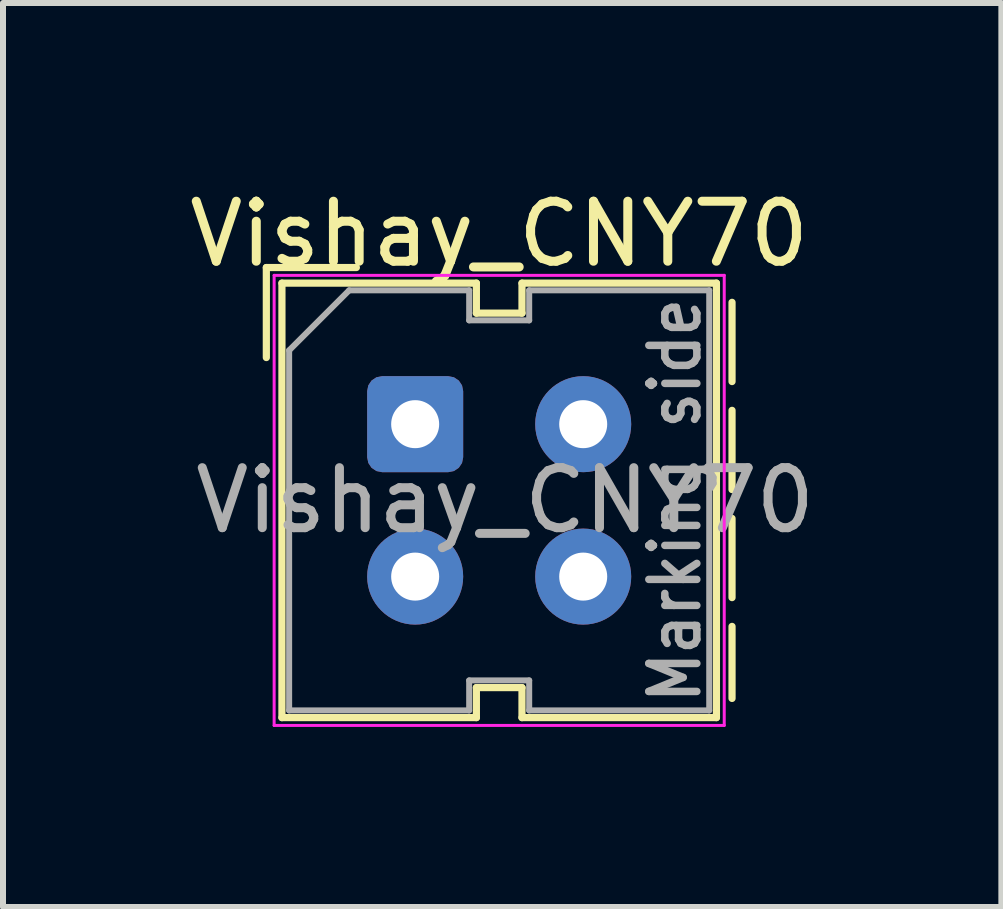
<source format=kicad_pcb>
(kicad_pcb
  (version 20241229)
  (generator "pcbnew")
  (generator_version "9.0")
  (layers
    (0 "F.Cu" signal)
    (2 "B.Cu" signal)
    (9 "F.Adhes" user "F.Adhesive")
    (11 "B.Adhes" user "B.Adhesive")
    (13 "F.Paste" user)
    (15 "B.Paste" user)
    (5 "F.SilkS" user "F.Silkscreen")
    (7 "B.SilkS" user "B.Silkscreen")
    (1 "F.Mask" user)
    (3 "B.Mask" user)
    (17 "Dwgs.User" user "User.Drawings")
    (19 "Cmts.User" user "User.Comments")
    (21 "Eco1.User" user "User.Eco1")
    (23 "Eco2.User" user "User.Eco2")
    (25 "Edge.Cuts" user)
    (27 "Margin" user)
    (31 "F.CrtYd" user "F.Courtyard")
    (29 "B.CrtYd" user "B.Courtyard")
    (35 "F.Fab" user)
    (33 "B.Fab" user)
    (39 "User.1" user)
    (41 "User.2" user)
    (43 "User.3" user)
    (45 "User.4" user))
  (footprint "Vishay_CNY70"
    (layer "F.Cu")
    (at 3.868 4.018)
    (property "Reference" "Vishay_CNY70" (at 1.4 -3.17 0) (layer "F.SilkS") (effects (font (size 1 1) (thickness 0.15))))
    (attr through_hole)
    (fp_line (start -2.48 -2.61) (end -2.48 -1.11) (stroke (width 0.12) (type default)) (layer "F.SilkS"))
    (fp_line (start -2.48 -2.61) (end -0.98 -2.61) (stroke (width 0.12) (type default)) (layer "F.SilkS"))
    (fp_line (start -2.22 -2.35) (end -2.22 4.89) (stroke (width 0.12) (type solid)) (layer "F.SilkS"))
    (fp_line (start 1.02 -2.35) (end -2.22 -2.35) (stroke (width 0.12) (type solid)) (layer "F.SilkS"))
    (fp_line (start 1.02 -2.35) (end 1.02 -1.85) (stroke (width 0.12) (type default)) (layer "F.SilkS"))
    (fp_line (start 1.02 -1.85) (end 1.78 -1.85) (stroke (width 0.12) (type default)) (layer "F.SilkS"))
    (fp_line (start 1.02 4.39) (end 1.02 4.89) (stroke (width 0.12) (type default)) (layer "F.SilkS"))
    (fp_line (start 1.02 4.89) (end -2.22 4.89) (stroke (width 0.12) (type default)) (layer "F.SilkS"))
    (fp_line (start 1.78 -2.35) (end 5.02 -2.35) (stroke (width 0.12) (type default)) (layer "F.SilkS"))
    (fp_line (start 1.78 -1.85) (end 1.78 -2.35) (stroke (width 0.12) (type default)) (layer "F.SilkS"))
    (fp_line (start 1.78 4.39) (end 1.02 4.39) (stroke (width 0.12) (type default)) (layer "F.SilkS"))
    (fp_line (start 1.78 4.89) (end 1.78 4.39) (stroke (width 0.12) (type default)) (layer "F.SilkS"))
    (fp_line (start 1.78 4.89) (end 5.02 4.89) (stroke (width 0.12) (type solid)) (layer "F.SilkS"))
    (fp_line (start 5.02 4.89) (end 5.02 -2.35) (stroke (width 0.12) (type solid)) (layer "F.SilkS"))
    (fp_line (start 5.28 -2.03) (end 5.28 4.57) (stroke (width 0.12) (type dash)) (layer "F.SilkS"))
    (fp_line (start -2.35 -2.48) (end -2.35 5.02) (stroke (width 0.05) (type solid)) (layer "F.CrtYd"))
    (fp_line (start -2.35 -2.48) (end 5.15 -2.48) (stroke (width 0.05) (type solid)) (layer "F.CrtYd"))
    (fp_line (start 5.15 5.02) (end -2.35 5.02) (stroke (width 0.05) (type solid)) (layer "F.CrtYd"))
    (fp_line (start 5.15 5.02) (end 5.15 -2.48) (stroke (width 0.05) (type solid)) (layer "F.CrtYd"))
    (fp_line (start -2.1 -1.23) (end -1.1 -2.23) (stroke (width 0.1) (type solid)) (layer "F.Fab"))
    (fp_line (start -2.1 4.77) (end -2.1 -1.23) (stroke (width 0.1) (type solid)) (layer "F.Fab"))
    (fp_line (start -1.1 -2.23) (end 0.9 -2.23) (stroke (width 0.1) (type solid)) (layer "F.Fab"))
    (fp_line (start 0.9 -2.23) (end 0.9 -1.73) (stroke (width 0.1) (type solid)) (layer "F.Fab"))
    (fp_line (start 0.9 -1.73) (end 1.9 -1.73) (stroke (width 0.1) (type solid)) (layer "F.Fab"))
    (fp_line (start 0.9 4.27) (end 0.9 4.77) (stroke (width 0.1) (type solid)) (layer "F.Fab"))
    (fp_line (start 0.9 4.77) (end -2.1 4.77) (stroke (width 0.1) (type solid)) (layer "F.Fab"))
    (fp_line (start 1.9 -2.23) (end 4.9 -2.23) (stroke (width 0.1) (type default)) (layer "F.Fab"))
    (fp_line (start 1.9 -1.73) (end 1.9 -2.23) (stroke (width 0.1) (type solid)) (layer "F.Fab"))
    (fp_line (start 1.9 4.27) (end 0.9 4.27) (stroke (width 0.1) (type solid)) (layer "F.Fab"))
    (fp_line (start 1.9 4.77) (end 1.9 4.27) (stroke (width 0.1) (type solid)) (layer "F.Fab"))
    (fp_line (start 1.9 4.77) (end 4.9 4.77) (stroke (width 0.1) (type default)) (layer "F.Fab"))
    (fp_line (start 4.9 -2.23) (end 4.9 4.77) (stroke (width 0.1) (type solid)) (layer "F.Fab"))
    (fp_text user "Marking side" (at 4.33 1.27 90) (layer "F.Fab") (effects (font (size 0.8 0.7) (thickness 0.125))))
    (fp_text user "${REFERENCE}" (at 1.5 1.27 0) (layer "F.Fab") (effects (font (size 1 1) (thickness 0.15))))
    (pad "1" thru_hole roundrect (at 0 0) (size 1.6 1.6) (drill 0.8) (layers "*.Cu" "*.Mask") (roundrect_rratio 0.156))
    (pad "2" thru_hole circle (at 0 2.54) (size 1.6 1.6) (drill 0.8) (layers "*.Cu" "*.Mask"))
    (pad "3" thru_hole circle (at 2.8 2.54) (size 1.6 1.6) (drill 0.8) (layers "*.Cu" "*.Mask"))
    (pad "4" thru_hole circle (at 2.8 0) (size 1.6 1.6) (drill 0.8) (layers "*.Cu" "*.Mask")))
  (gr_rect
    (start -3 -3)
    (end 13.636 12.063)
    (stroke (width 0.1) (type default))
    (fill no)
    (layer "Edge.Cuts")))
</source>
